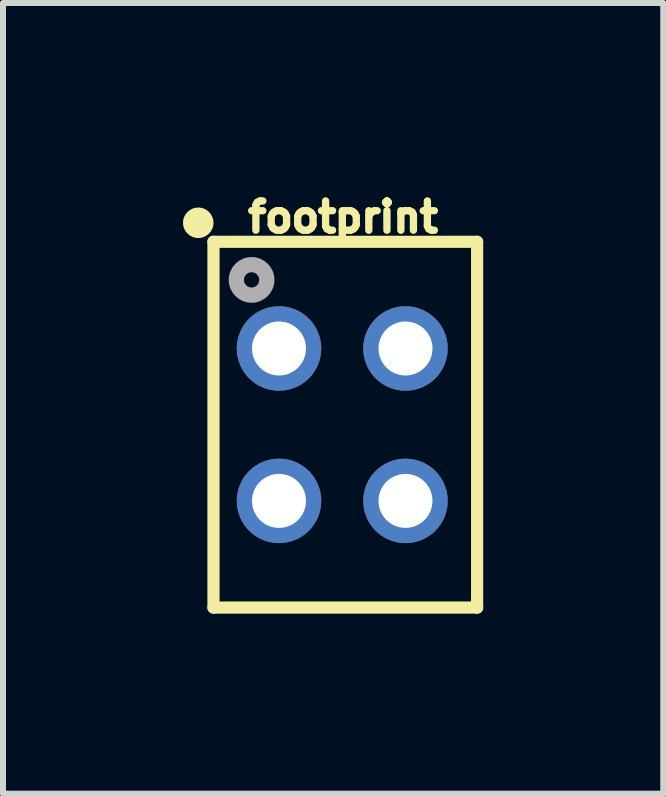
<source format=kicad_pcb>
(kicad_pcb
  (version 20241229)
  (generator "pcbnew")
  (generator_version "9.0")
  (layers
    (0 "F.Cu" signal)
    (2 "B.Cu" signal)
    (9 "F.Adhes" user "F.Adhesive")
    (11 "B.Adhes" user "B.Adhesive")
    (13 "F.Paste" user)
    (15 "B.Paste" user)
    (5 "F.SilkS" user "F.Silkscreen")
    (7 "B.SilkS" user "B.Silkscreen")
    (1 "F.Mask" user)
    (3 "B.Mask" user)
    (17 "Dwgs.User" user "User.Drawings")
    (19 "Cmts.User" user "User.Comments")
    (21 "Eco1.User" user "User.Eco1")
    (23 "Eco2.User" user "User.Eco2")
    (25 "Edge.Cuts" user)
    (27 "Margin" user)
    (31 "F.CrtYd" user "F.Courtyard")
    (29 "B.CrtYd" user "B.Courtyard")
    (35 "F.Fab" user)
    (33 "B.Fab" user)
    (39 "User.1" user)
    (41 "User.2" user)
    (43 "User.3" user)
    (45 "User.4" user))
  (footprint "footprint"
    (layer "F.Cu")
    (at 2.667 4.028)
    (property "Reference" "footprint" (at 0 -3.175 0) (layer "F.SilkS") (effects (font (size 0.488 0.488) (thickness 0.122)) (justify bottom)))
    (fp_line (start -2.159 -3.048) (end -2.159 3.048) (stroke (width 0.203) (type solid)) (layer "F.SilkS"))
    (fp_line (start -2.159 -3.048) (end 2.235 -3.048) (stroke (width 0.203) (type solid)) (layer "F.SilkS"))
    (fp_line (start -2.159 3.048) (end 2.235 3.048) (stroke (width 0.203) (type solid)) (layer "F.SilkS"))
    (fp_line (start 2.235 -3.048) (end 2.235 3.048) (stroke (width 0.203) (type solid)) (layer "F.SilkS"))
    (fp_circle (center -2.413 -3.365) (end -2.286 -3.365) (stroke (width 0.254) (type solid)) (fill yes) (layer "F.SilkS"))
    (fp_circle (center -1.524 -2.413) (end -1.27 -2.413) (stroke (width 0.254) (type solid)) (fill no) (layer "F.Fab"))
    (pad "1" thru_hole circle (at -1.067 -1.27) (size 1.408 1.408) (drill 0.9) (layers "*.Cu" "*.Mask"))
    (pad "2" thru_hole circle (at -1.067 1.27) (size 1.408 1.408) (drill 0.9) (layers "*.Cu" "*.Mask"))
    (pad "3" thru_hole circle (at 1.041 1.27) (size 1.408 1.408) (drill 0.9) (layers "*.Cu" "*.Mask"))
    (pad "4" thru_hole circle (at 1.041 -1.27) (size 1.408 1.408) (drill 0.9) (layers "*.Cu" "*.Mask")))
  (gr_rect
    (start -3 -3)
    (end 8.004 10.178)
    (stroke (width 0.1) (type default))
    (fill no)
    (layer "Edge.Cuts")))
</source>
